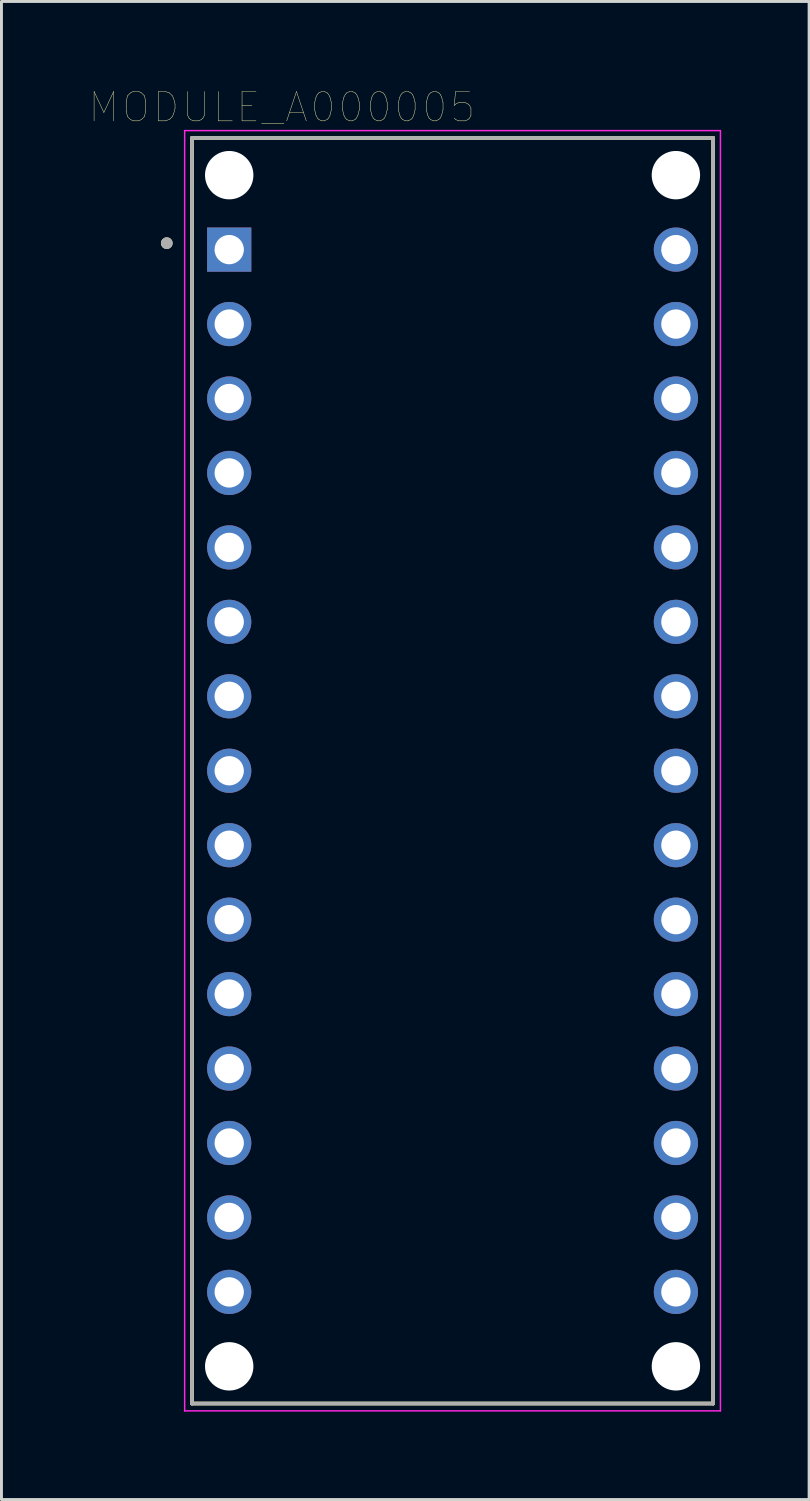
<source format=kicad_pcb>
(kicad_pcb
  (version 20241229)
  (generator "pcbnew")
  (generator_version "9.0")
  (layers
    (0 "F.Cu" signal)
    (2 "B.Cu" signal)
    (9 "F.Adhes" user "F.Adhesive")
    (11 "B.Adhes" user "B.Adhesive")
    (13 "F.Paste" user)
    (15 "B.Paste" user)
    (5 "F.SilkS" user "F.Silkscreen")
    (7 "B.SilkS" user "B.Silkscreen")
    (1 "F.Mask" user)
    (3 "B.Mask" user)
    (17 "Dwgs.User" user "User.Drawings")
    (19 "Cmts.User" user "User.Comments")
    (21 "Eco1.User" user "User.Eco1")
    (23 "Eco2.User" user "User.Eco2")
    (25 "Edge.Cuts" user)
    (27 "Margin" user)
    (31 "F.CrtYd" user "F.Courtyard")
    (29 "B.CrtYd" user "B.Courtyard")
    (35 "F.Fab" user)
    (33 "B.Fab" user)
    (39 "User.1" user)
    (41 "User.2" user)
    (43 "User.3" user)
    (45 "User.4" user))
  (footprint "MODULE_A000005"
    (layer "F.Cu")
    (at 12.39 23.246)
    (property "Reference" "MODULE_A000005" (at -5.825 -22.635 0) (layer "F.SilkS") (effects (font (size 1 1) (thickness 0.015))))
    (attr through_hole)
    (fp_line (start -8.89 -21.59) (end 8.89 -21.59) (stroke (width 0.127) (type solid)) (layer "F.SilkS"))
    (fp_line (start -8.89 21.59) (end -8.89 -21.59) (stroke (width 0.127) (type solid)) (layer "F.SilkS"))
    (fp_line (start 8.89 -21.59) (end 8.89 21.59) (stroke (width 0.127) (type solid)) (layer "F.SilkS"))
    (fp_line (start 8.89 21.59) (end -8.89 21.59) (stroke (width 0.127) (type solid)) (layer "F.SilkS"))
    (fp_circle (center -9.75 -18) (end -9.65 -18) (stroke (width 0.2) (type solid)) (fill no) (layer "F.SilkS"))
    (fp_line (start -9.14 -21.84) (end 9.14 -21.84) (stroke (width 0.05) (type solid)) (layer "F.CrtYd"))
    (fp_line (start -9.14 21.84) (end -9.14 -21.84) (stroke (width 0.05) (type solid)) (layer "F.CrtYd"))
    (fp_line (start 9.14 -21.84) (end 9.14 21.84) (stroke (width 0.05) (type solid)) (layer "F.CrtYd"))
    (fp_line (start 9.14 21.84) (end -9.14 21.84) (stroke (width 0.05) (type solid)) (layer "F.CrtYd"))
    (fp_line (start -8.89 -21.59) (end 8.89 -21.59) (stroke (width 0.127) (type solid)) (layer "F.Fab"))
    (fp_line (start -8.89 21.59) (end -8.89 -21.59) (stroke (width 0.127) (type solid)) (layer "F.Fab"))
    (fp_line (start 8.89 -21.59) (end 8.89 21.59) (stroke (width 0.127) (type solid)) (layer "F.Fab"))
    (fp_line (start 8.89 21.59) (end -8.89 21.59) (stroke (width 0.127) (type solid)) (layer "F.Fab"))
    (fp_circle (center -9.75 -18) (end -9.65 -18) (stroke (width 0.2) (type solid)) (fill no) (layer "F.Fab"))
    (pad "" np_thru_hole circle (at -7.62 -20.32) (size 1.651 1.651) (drill 1.651) (layers "*.Cu" "*.Mask"))
    (pad "" np_thru_hole circle (at -7.62 20.32) (size 1.651 1.651) (drill 1.651) (layers "*.Cu" "*.Mask"))
    (pad "" np_thru_hole circle (at 7.62 -20.32) (size 1.651 1.651) (drill 1.651) (layers "*.Cu" "*.Mask"))
    (pad "" np_thru_hole circle (at 7.62 20.32) (size 1.651 1.651) (drill 1.651) (layers "*.Cu" "*.Mask"))
    (pad "1" thru_hole rect (at -7.62 -17.78) (size 1.508 1.508) (drill 1) (layers "*.Cu" "*.Mask"))
    (pad "2" thru_hole circle (at -7.62 -15.24) (size 1.508 1.508) (drill 1) (layers "*.Cu" "*.Mask"))
    (pad "3" thru_hole circle (at -7.62 -12.7) (size 1.508 1.508) (drill 1) (layers "*.Cu" "*.Mask"))
    (pad "4" thru_hole circle (at -7.62 -10.16) (size 1.508 1.508) (drill 1) (layers "*.Cu" "*.Mask"))
    (pad "5" thru_hole circle (at -7.62 -7.62) (size 1.508 1.508) (drill 1) (layers "*.Cu" "*.Mask"))
    (pad "6" thru_hole circle (at -7.62 -5.08) (size 1.508 1.508) (drill 1) (layers "*.Cu" "*.Mask"))
    (pad "7" thru_hole circle (at -7.62 -2.54) (size 1.508 1.508) (drill 1) (layers "*.Cu" "*.Mask"))
    (pad "8" thru_hole circle (at -7.62 0) (size 1.508 1.508) (drill 1) (layers "*.Cu" "*.Mask"))
    (pad "9" thru_hole circle (at -7.62 2.54) (size 1.508 1.508) (drill 1) (layers "*.Cu" "*.Mask"))
    (pad "10" thru_hole circle (at -7.62 5.08) (size 1.508 1.508) (drill 1) (layers "*.Cu" "*.Mask"))
    (pad "11" thru_hole circle (at -7.62 7.62) (size 1.508 1.508) (drill 1) (layers "*.Cu" "*.Mask"))
    (pad "12" thru_hole circle (at -7.62 10.16) (size 1.508 1.508) (drill 1) (layers "*.Cu" "*.Mask"))
    (pad "13" thru_hole circle (at -7.62 12.7) (size 1.508 1.508) (drill 1) (layers "*.Cu" "*.Mask"))
    (pad "14" thru_hole circle (at -7.62 15.24) (size 1.508 1.508) (drill 1) (layers "*.Cu" "*.Mask"))
    (pad "15" thru_hole circle (at -7.62 17.78) (size 1.508 1.508) (drill 1) (layers "*.Cu" "*.Mask"))
    (pad "16" thru_hole circle (at 7.62 17.78) (size 1.508 1.508) (drill 1) (layers "*.Cu" "*.Mask"))
    (pad "17" thru_hole circle (at 7.62 15.24) (size 1.508 1.508) (drill 1) (layers "*.Cu" "*.Mask"))
    (pad "18" thru_hole circle (at 7.62 12.7) (size 1.508 1.508) (drill 1) (layers "*.Cu" "*.Mask"))
    (pad "19" thru_hole circle (at 7.62 10.16) (size 1.508 1.508) (drill 1) (layers "*.Cu" "*.Mask"))
    (pad "20" thru_hole circle (at 7.62 7.62) (size 1.508 1.508) (drill 1) (layers "*.Cu" "*.Mask"))
    (pad "21" thru_hole circle (at 7.62 5.08) (size 1.508 1.508) (drill 1) (layers "*.Cu" "*.Mask"))
    (pad "22" thru_hole circle (at 7.62 2.54) (size 1.508 1.508) (drill 1) (layers "*.Cu" "*.Mask"))
    (pad "23" thru_hole circle (at 7.62 0) (size 1.508 1.508) (drill 1) (layers "*.Cu" "*.Mask"))
    (pad "24" thru_hole circle (at 7.62 -2.54) (size 1.508 1.508) (drill 1) (layers "*.Cu" "*.Mask"))
    (pad "25" thru_hole circle (at 7.62 -5.08) (size 1.508 1.508) (drill 1) (layers "*.Cu" "*.Mask"))
    (pad "26" thru_hole circle (at 7.62 -7.62) (size 1.508 1.508) (drill 1) (layers "*.Cu" "*.Mask"))
    (pad "27" thru_hole circle (at 7.62 -10.16) (size 1.508 1.508) (drill 1) (layers "*.Cu" "*.Mask"))
    (pad "28" thru_hole circle (at 7.62 -12.7) (size 1.508 1.508) (drill 1) (layers "*.Cu" "*.Mask"))
    (pad "29" thru_hole circle (at 7.62 -15.24) (size 1.508 1.508) (drill 1) (layers "*.Cu" "*.Mask"))
    (pad "30" thru_hole circle (at 7.62 -17.78) (size 1.508 1.508) (drill 1) (layers "*.Cu" "*.Mask")))
  (gr_rect
    (start -3 -3)
    (end 24.555 48.111)
    (stroke (width 0.1) (type default))
    (fill no)
    (layer "Edge.Cuts")))
</source>
